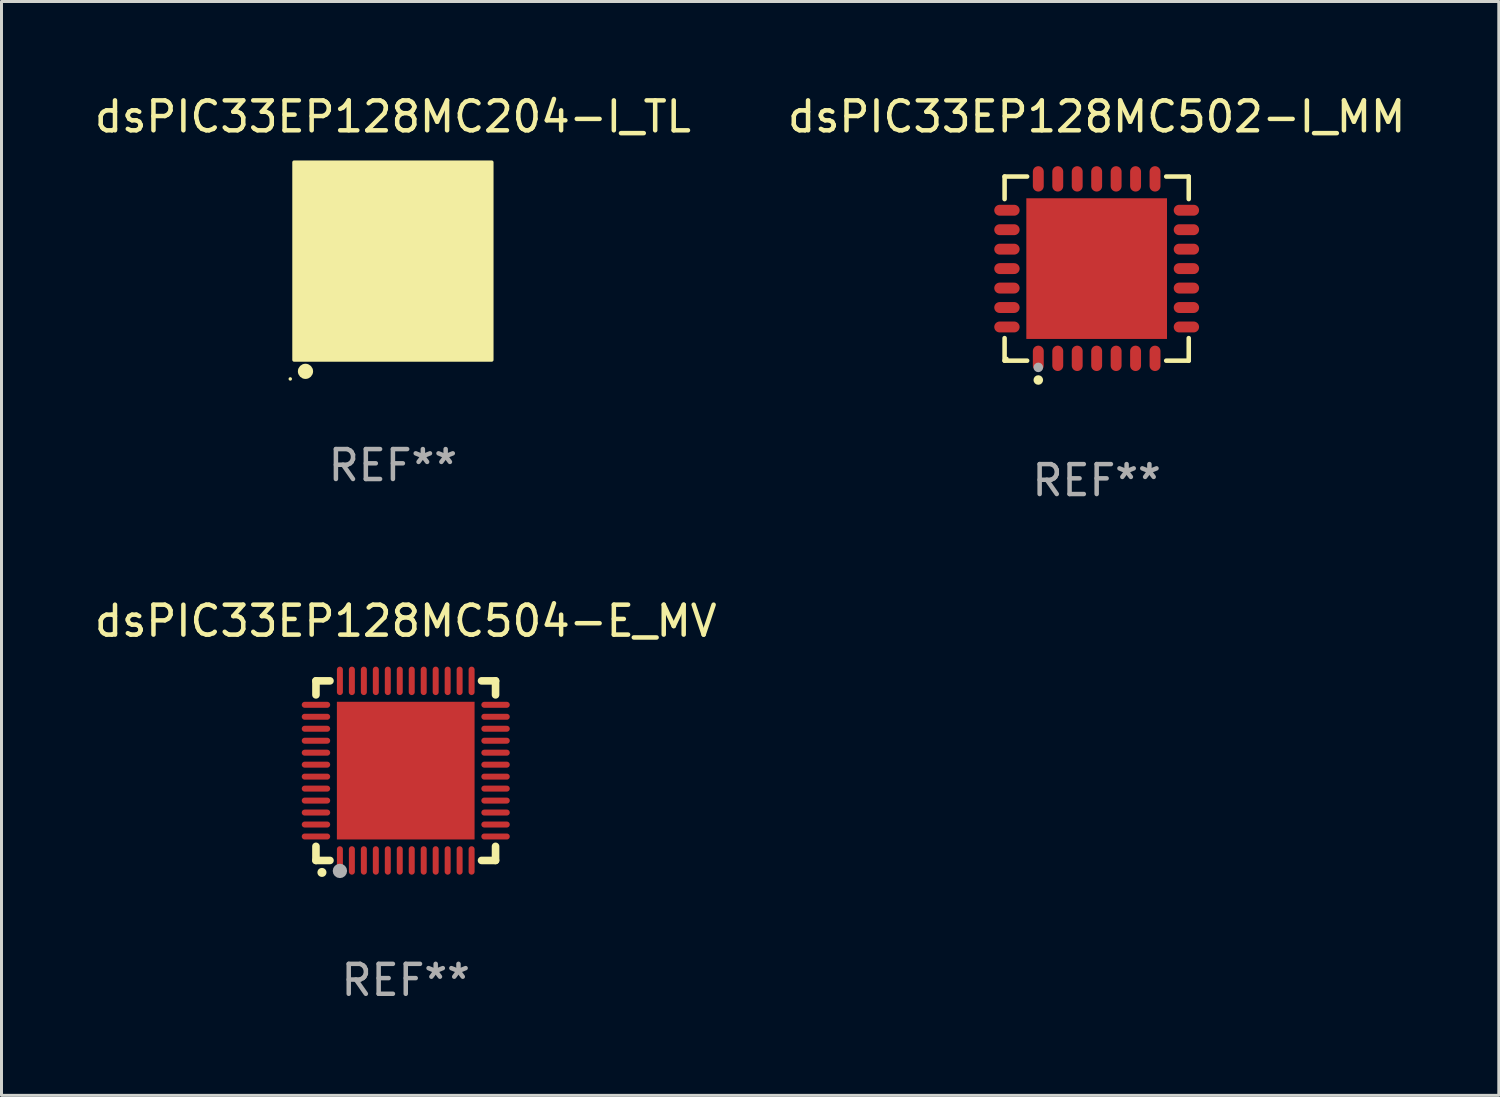
<source format=kicad_pcb>
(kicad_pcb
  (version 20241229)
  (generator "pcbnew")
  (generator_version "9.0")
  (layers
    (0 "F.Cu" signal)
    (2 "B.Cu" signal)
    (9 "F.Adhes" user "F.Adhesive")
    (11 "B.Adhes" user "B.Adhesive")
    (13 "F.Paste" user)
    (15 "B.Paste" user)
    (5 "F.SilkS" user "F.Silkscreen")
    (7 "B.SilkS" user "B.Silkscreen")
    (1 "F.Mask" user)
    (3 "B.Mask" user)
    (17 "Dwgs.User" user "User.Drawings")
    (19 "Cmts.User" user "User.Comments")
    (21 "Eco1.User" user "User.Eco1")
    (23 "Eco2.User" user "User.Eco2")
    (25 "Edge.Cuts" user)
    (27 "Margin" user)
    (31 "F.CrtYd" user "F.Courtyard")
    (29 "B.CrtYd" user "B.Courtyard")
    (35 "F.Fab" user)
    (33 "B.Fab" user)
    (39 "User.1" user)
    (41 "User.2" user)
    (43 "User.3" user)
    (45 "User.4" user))
  (footprint "dsPIC33EP128MC502-I_MM"
    (layer "F.Cu")
    (at 33.589 5.924)
    (property "Reference" "dsPIC33EP128MC502-I_MM" (at 0 -5.076 0) (layer "F.SilkS") (effects (font (size 1 1) (thickness 0.15))))
    (attr through_hole)
    (fp_line (start -3.076 -3.076) (end -2.323 -3.076) (stroke (width 0.152) (type solid)) (layer "F.SilkS"))
    (fp_line (start -3.076 -2.323) (end -3.076 -3.076) (stroke (width 0.152) (type solid)) (layer "F.SilkS"))
    (fp_line (start -3.076 2.323) (end -3.076 3.076) (stroke (width 0.152) (type solid)) (layer "F.SilkS"))
    (fp_line (start -3.076 3.076) (end -2.323 3.076) (stroke (width 0.152) (type solid)) (layer "F.SilkS"))
    (fp_line (start 3.076 -3.076) (end 2.323 -3.076) (stroke (width 0.152) (type solid)) (layer "F.SilkS"))
    (fp_line (start 3.076 -2.323) (end 3.076 -3.076) (stroke (width 0.152) (type solid)) (layer "F.SilkS"))
    (fp_line (start 3.076 2.323) (end 3.076 3.076) (stroke (width 0.152) (type solid)) (layer "F.SilkS"))
    (fp_line (start 3.076 3.076) (end 2.323 3.076) (stroke (width 0.152) (type solid)) (layer "F.SilkS"))
    (fp_circle (center -3 3) (end -2.97 3) (stroke (width 0.06) (type solid)) (fill no) (layer "F.SilkS"))
    (fp_circle (center -1.95 3.722) (end -1.87 3.722) (stroke (width 0.16) (type solid)) (fill no) (layer "F.SilkS"))
    (fp_circle (center -1.95 3.3) (end -1.87 3.3) (stroke (width 0.16) (type solid)) (fill no) (layer "F.Fab"))
    (fp_text user "REF**" (at 0 7.076 0) (layer "F.Fab") (effects (font (size 1 1) (thickness 0.15))))
    (pad "1" smd oval (at -1.95 2.998) (size 0.364 0.847) (layers "F.Cu" "F.Mask" "F.Paste"))
    (pad "2" smd oval (at -1.3 2.998) (size 0.364 0.847) (layers "F.Cu" "F.Mask" "F.Paste"))
    (pad "3" smd oval (at -0.65 2.998) (size 0.364 0.847) (layers "F.Cu" "F.Mask" "F.Paste"))
    (pad "4" smd oval (at 0 2.998) (size 0.364 0.847) (layers "F.Cu" "F.Mask" "F.Paste"))
    (pad "5" smd oval (at 0.65 2.998) (size 0.364 0.847) (layers "F.Cu" "F.Mask" "F.Paste"))
    (pad "6" smd oval (at 1.3 2.998) (size 0.364 0.847) (layers "F.Cu" "F.Mask" "F.Paste"))
    (pad "7" smd oval (at 1.95 2.998) (size 0.364 0.847) (layers "F.Cu" "F.Mask" "F.Paste"))
    (pad "8" smd oval (at 2.998 1.95) (size 0.847 0.364) (layers "F.Cu" "F.Mask" "F.Paste"))
    (pad "9" smd oval (at 2.998 1.3) (size 0.847 0.364) (layers "F.Cu" "F.Mask" "F.Paste"))
    (pad "10" smd oval (at 2.998 0.65) (size 0.847 0.364) (layers "F.Cu" "F.Mask" "F.Paste"))
    (pad "11" smd oval (at 2.998 0) (size 0.847 0.364) (layers "F.Cu" "F.Mask" "F.Paste"))
    (pad "12" smd oval (at 2.998 -0.65) (size 0.847 0.364) (layers "F.Cu" "F.Mask" "F.Paste"))
    (pad "13" smd oval (at 2.998 -1.3) (size 0.847 0.364) (layers "F.Cu" "F.Mask" "F.Paste"))
    (pad "14" smd oval (at 2.998 -1.95) (size 0.847 0.364) (layers "F.Cu" "F.Mask" "F.Paste"))
    (pad "15" smd oval (at 1.95 -2.998) (size 0.364 0.847) (layers "F.Cu" "F.Mask" "F.Paste"))
    (pad "16" smd oval (at 1.3 -2.998) (size 0.364 0.847) (layers "F.Cu" "F.Mask" "F.Paste"))
    (pad "17" smd oval (at 0.65 -2.998) (size 0.364 0.847) (layers "F.Cu" "F.Mask" "F.Paste"))
    (pad "18" smd oval (at 0 -2.998) (size 0.364 0.847) (layers "F.Cu" "F.Mask" "F.Paste"))
    (pad "19" smd oval (at -0.65 -2.998) (size 0.364 0.847) (layers "F.Cu" "F.Mask" "F.Paste"))
    (pad "20" smd oval (at -1.3 -2.998) (size 0.364 0.847) (layers "F.Cu" "F.Mask" "F.Paste"))
    (pad "21" smd oval (at -1.95 -2.998) (size 0.364 0.847) (layers "F.Cu" "F.Mask" "F.Paste"))
    (pad "22" smd oval (at -2.998 -1.95) (size 0.847 0.364) (layers "F.Cu" "F.Mask" "F.Paste"))
    (pad "23" smd oval (at -2.998 -1.3) (size 0.847 0.364) (layers "F.Cu" "F.Mask" "F.Paste"))
    (pad "24" smd oval (at -2.998 -0.65) (size 0.847 0.364) (layers "F.Cu" "F.Mask" "F.Paste"))
    (pad "25" smd oval (at -2.998 0) (size 0.847 0.364) (layers "F.Cu" "F.Mask" "F.Paste"))
    (pad "26" smd oval (at -2.998 0.65) (size 0.847 0.364) (layers "F.Cu" "F.Mask" "F.Paste"))
    (pad "27" smd oval (at -2.998 1.3) (size 0.847 0.364) (layers "F.Cu" "F.Mask" "F.Paste"))
    (pad "28" smd oval (at -2.998 1.95) (size 0.847 0.364) (layers "F.Cu" "F.Mask" "F.Paste"))
    (pad "29" smd rect (at 0 0) (size 4.7 4.7) (layers "F.Cu" "F.Mask" "F.Paste")))
  (footprint "dsPIC33EP128MC504-E_MV"
    (layer "F.Cu")
    (at 10.506 22.697)
    (property "Reference" "dsPIC33EP128MC504-E_MV" (at 0 -5 0) (layer "F.SilkS") (effects (font (size 1 1) (thickness 0.15))))
    (attr through_hole)
    (fp_line (start -3 -3) (end -2.532 -3) (stroke (width 0.254) (type solid)) (layer "F.SilkS"))
    (fp_line (start -3 -2.532) (end -3 -3) (stroke (width 0.254) (type solid)) (layer "F.SilkS"))
    (fp_line (start -3 3) (end -3 2.529) (stroke (width 0.254) (type solid)) (layer "F.SilkS"))
    (fp_line (start -2.532 3) (end -3 3) (stroke (width 0.254) (type solid)) (layer "F.SilkS"))
    (fp_line (start 2.532 -3) (end 3 -3) (stroke (width 0.254) (type solid)) (layer "F.SilkS"))
    (fp_line (start 3 -3) (end 3 -2.532) (stroke (width 0.254) (type solid)) (layer "F.SilkS"))
    (fp_line (start 3 2.529) (end 3 3) (stroke (width 0.254) (type solid)) (layer "F.SilkS"))
    (fp_line (start 3 3) (end 2.532 3) (stroke (width 0.254) (type solid)) (layer "F.SilkS"))
    (fp_arc (start -2.801295 3.400025) (mid -2.800025 3.40002) (end -2.798755 3.400025) (stroke (width 0.3) (type solid)) (layer "F.SilkS"))
    (fp_circle (center -3 3) (end -2.97 3) (stroke (width 0.06) (type solid)) (fill no) (layer "F.SilkS"))
    (fp_circle (center -2.2 3.35) (end -2.08 3.35) (stroke (width 0.24) (type solid)) (fill no) (layer "F.Fab"))
    (fp_text user "REF**" (at 0 7 0) (layer "F.Fab") (effects (font (size 1 1) (thickness 0.15))))
    (pad "1" smd oval (at -2.2 3) (size 0.2 0.95) (layers "F.Cu" "F.Mask" "F.Paste"))
    (pad "2" smd oval (at -1.8 3) (size 0.2 0.95) (layers "F.Cu" "F.Mask" "F.Paste"))
    (pad "3" smd oval (at -1.4 3) (size 0.2 0.95) (layers "F.Cu" "F.Mask" "F.Paste"))
    (pad "4" smd oval (at -1 3) (size 0.2 0.95) (layers "F.Cu" "F.Mask" "F.Paste"))
    (pad "5" smd oval (at -0.6 3) (size 0.2 0.95) (layers "F.Cu" "F.Mask" "F.Paste"))
    (pad "6" smd oval (at -0.2 3) (size 0.2 0.95) (layers "F.Cu" "F.Mask" "F.Paste"))
    (pad "7" smd oval (at 0.2 3) (size 0.2 0.95) (layers "F.Cu" "F.Mask" "F.Paste"))
    (pad "8" smd oval (at 0.6 3) (size 0.2 0.95) (layers "F.Cu" "F.Mask" "F.Paste"))
    (pad "9" smd oval (at 1 3) (size 0.2 0.95) (layers "F.Cu" "F.Mask" "F.Paste"))
    (pad "10" smd oval (at 1.4 3) (size 0.2 0.95) (layers "F.Cu" "F.Mask" "F.Paste"))
    (pad "11" smd oval (at 1.8 3) (size 0.2 0.95) (layers "F.Cu" "F.Mask" "F.Paste"))
    (pad "12" smd oval (at 2.2 3) (size 0.2 0.95) (layers "F.Cu" "F.Mask" "F.Paste"))
    (pad "13" smd oval (at 3 2.2 90) (size 0.2 0.95) (layers "F.Cu" "F.Mask" "F.Paste"))
    (pad "14" smd oval (at 3 1.8 90) (size 0.2 0.95) (layers "F.Cu" "F.Mask" "F.Paste"))
    (pad "15" smd oval (at 3 1.4 90) (size 0.2 0.95) (layers "F.Cu" "F.Mask" "F.Paste"))
    (pad "16" smd oval (at 3 1 90) (size 0.2 0.95) (layers "F.Cu" "F.Mask" "F.Paste"))
    (pad "17" smd oval (at 3 0.6 90) (size 0.2 0.95) (layers "F.Cu" "F.Mask" "F.Paste"))
    (pad "18" smd oval (at 3 0.2 90) (size 0.2 0.95) (layers "F.Cu" "F.Mask" "F.Paste"))
    (pad "19" smd oval (at 3 -0.2 90) (size 0.2 0.95) (layers "F.Cu" "F.Mask" "F.Paste"))
    (pad "20" smd oval (at 3 -0.6 90) (size 0.2 0.95) (layers "F.Cu" "F.Mask" "F.Paste"))
    (pad "21" smd oval (at 3 -1 90) (size 0.2 0.95) (layers "F.Cu" "F.Mask" "F.Paste"))
    (pad "22" smd oval (at 3 -1.4 90) (size 0.2 0.95) (layers "F.Cu" "F.Mask" "F.Paste"))
    (pad "23" smd oval (at 3 -1.8 90) (size 0.2 0.95) (layers "F.Cu" "F.Mask" "F.Paste"))
    (pad "24" smd oval (at 3 -2.2 90) (size 0.2 0.95) (layers "F.Cu" "F.Mask" "F.Paste"))
    (pad "25" smd oval (at 2.2 -3 180) (size 0.2 0.95) (layers "F.Cu" "F.Mask" "F.Paste"))
    (pad "26" smd oval (at 1.8 -3 180) (size 0.2 0.95) (layers "F.Cu" "F.Mask" "F.Paste"))
    (pad "27" smd oval (at 1.4 -3 180) (size 0.2 0.95) (layers "F.Cu" "F.Mask" "F.Paste"))
    (pad "28" smd oval (at 1 -3 180) (size 0.2 0.95) (layers "F.Cu" "F.Mask" "F.Paste"))
    (pad "29" smd oval (at 0.6 -3 180) (size 0.2 0.95) (layers "F.Cu" "F.Mask" "F.Paste"))
    (pad "30" smd oval (at 0.2 -3 180) (size 0.2 0.95) (layers "F.Cu" "F.Mask" "F.Paste"))
    (pad "31" smd oval (at -0.2 -3 180) (size 0.2 0.95) (layers "F.Cu" "F.Mask" "F.Paste"))
    (pad "32" smd oval (at -0.6 -3 180) (size 0.2 0.95) (layers "F.Cu" "F.Mask" "F.Paste"))
    (pad "33" smd oval (at -1 -3 180) (size 0.2 0.95) (layers "F.Cu" "F.Mask" "F.Paste"))
    (pad "34" smd oval (at -1.4 -3 180) (size 0.2 0.95) (layers "F.Cu" "F.Mask" "F.Paste"))
    (pad "35" smd oval (at -1.8 -3 180) (size 0.2 0.95) (layers "F.Cu" "F.Mask" "F.Paste"))
    (pad "36" smd oval (at -2.2 -3 180) (size 0.2 0.95) (layers "F.Cu" "F.Mask" "F.Paste"))
    (pad "37" smd oval (at -3 -2.2 270) (size 0.2 0.95) (layers "F.Cu" "F.Mask" "F.Paste"))
    (pad "38" smd oval (at -3 -1.8 270) (size 0.2 0.95) (layers "F.Cu" "F.Mask" "F.Paste"))
    (pad "39" smd oval (at -3 -1.4 270) (size 0.2 0.95) (layers "F.Cu" "F.Mask" "F.Paste"))
    (pad "40" smd oval (at -3 -1 270) (size 0.2 0.95) (layers "F.Cu" "F.Mask" "F.Paste"))
    (pad "41" smd oval (at -3 -0.6 270) (size 0.2 0.95) (layers "F.Cu" "F.Mask" "F.Paste"))
    (pad "42" smd oval (at -3 -0.2 270) (size 0.2 0.95) (layers "F.Cu" "F.Mask" "F.Paste"))
    (pad "43" smd oval (at -3 0.2 270) (size 0.2 0.95) (layers "F.Cu" "F.Mask" "F.Paste"))
    (pad "44" smd oval (at -3 0.6 270) (size 0.2 0.95) (layers "F.Cu" "F.Mask" "F.Paste"))
    (pad "45" smd oval (at -3 1 270) (size 0.2 0.95) (layers "F.Cu" "F.Mask" "F.Paste"))
    (pad "46" smd oval (at -3 1.4 270) (size 0.2 0.95) (layers "F.Cu" "F.Mask" "F.Paste"))
    (pad "47" smd oval (at -3 1.8 270) (size 0.2 0.95) (layers "F.Cu" "F.Mask" "F.Paste"))
    (pad "48" smd oval (at -3 2.2 270) (size 0.2 0.95) (layers "F.Cu" "F.Mask" "F.Paste"))
    (pad "49" smd rect (at -0.001 -0.001 180) (size 4.6 4.6) (layers "F.Cu" "F.Mask" "F.Paste")))
  (footprint "dsPIC33EP128MC204-I_TL"
    (layer "F.Cu")
    (at 10.077 5.673)
    (property "Reference" "dsPIC33EP128MC204-I_TL" (at 0 -4.825 0) (layer "F.SilkS") (effects (font (size 1 1) (thickness 0.15))))
    (attr through_hole)
    (fp_circle (center -3.429 3.937) (end -3.399 3.937) (stroke (width 0.06) (type solid)) (fill no) (layer "F.SilkS"))
    (fp_circle (center -2.921 3.683) (end -2.794 3.683) (stroke (width 0.254) (type solid)) (fill no) (layer "F.SilkS"))
    (fp_poly (pts (xy -3.302 -3.302) (xy 3.302 -3.302) (xy 3.302 3.302) (xy -3.302 3.302)) (stroke (width 0.12) (type solid)) (fill yes) (layer "F.SilkS"))
    (fp_text user "REF**" (at 0 6.825 0) (layer "F.Fab") (effects (font (size 1 1) (thickness 0.15))))
    (pad "1" smd rect (at -2.25 2.825) (size 0.3 0.45) (layers "F.Cu" "F.Mask" "F.Paste"))
    (pad "2" smd rect (at -1.75 2.825) (size 0.3 0.45) (layers "F.Cu" "F.Mask" "F.Paste"))
    (pad "3" smd rect (at -1.25 2.825) (size 0.3 0.45) (layers "F.Cu" "F.Mask" "F.Paste"))
    (pad "4" smd rect (at -0.75 2.825) (size 0.3 0.45) (layers "F.Cu" "F.Mask" "F.Paste"))
    (pad "5" smd rect (at -0.25 2.825) (size 0.3 0.45) (layers "F.Cu" "F.Mask" "F.Paste"))
    (pad "6" smd rect (at 0.25 2.825) (size 0.3 0.45) (layers "F.Cu" "F.Mask" "F.Paste"))
    (pad "7" smd rect (at 0.75 2.825) (size 0.3 0.45) (layers "F.Cu" "F.Mask" "F.Paste"))
    (pad "8" smd rect (at 1.25 2.825) (size 0.3 0.45) (layers "F.Cu" "F.Mask" "F.Paste"))
    (pad "9" smd rect (at 1.75 2.825) (size 0.3 0.45) (layers "F.Cu" "F.Mask" "F.Paste"))
    (pad "10" smd rect (at 2.25 2.825) (size 0.3 0.45) (layers "F.Cu" "F.Mask" "F.Paste"))
    (pad "11" smd rect (at 2.825 2.825 90) (size 0.45 0.45) (layers "F.Cu" "F.Mask" "F.Paste"))
    (pad "12" smd rect (at 2.825 2.25 90) (size 0.3 0.45) (layers "F.Cu" "F.Mask" "F.Paste"))
    (pad "13" smd rect (at 2.825 1.75 90) (size 0.3 0.45) (layers "F.Cu" "F.Mask" "F.Paste"))
    (pad "14" smd rect (at 2.825 1.25 90) (size 0.3 0.45) (layers "F.Cu" "F.Mask" "F.Paste"))
    (pad "15" smd rect (at 2.825 0.75 90) (size 0.3 0.45) (layers "F.Cu" "F.Mask" "F.Paste"))
    (pad "16" smd rect (at 2.825 0.25 90) (size 0.3 0.45) (layers "F.Cu" "F.Mask" "F.Paste"))
    (pad "17" smd rect (at 2.825 -0.25 90) (size 0.3 0.45) (layers "F.Cu" "F.Mask" "F.Paste"))
    (pad "18" smd rect (at 2.825 -0.75 90) (size 0.3 0.45) (layers "F.Cu" "F.Mask" "F.Paste"))
    (pad "19" smd rect (at 2.825 -1.25 90) (size 0.3 0.45) (layers "F.Cu" "F.Mask" "F.Paste"))
    (pad "20" smd rect (at 2.825 -1.75 90) (size 0.3 0.45) (layers "F.Cu" "F.Mask" "F.Paste"))
    (pad "21" smd rect (at 2.825 -2.25 90) (size 0.3 0.45) (layers "F.Cu" "F.Mask" "F.Paste"))
    (pad "22" smd rect (at 2.825 -2.825 90) (size 0.45 0.45) (layers "F.Cu" "F.Mask" "F.Paste"))
    (pad "23" smd rect (at 2.25 -2.825) (size 0.3 0.45) (layers "F.Cu" "F.Mask" "F.Paste"))
    (pad "24" smd rect (at 1.75 -2.825) (size 0.3 0.45) (layers "F.Cu" "F.Mask" "F.Paste"))
    (pad "25" smd rect (at 1.25 -2.825) (size 0.3 0.45) (layers "F.Cu" "F.Mask" "F.Paste"))
    (pad "26" smd rect (at 0.75 -2.825) (size 0.3 0.45) (layers "F.Cu" "F.Mask" "F.Paste"))
    (pad "27" smd rect (at 0.25 -2.825) (size 0.3 0.45) (layers "F.Cu" "F.Mask" "F.Paste"))
    (pad "28" smd rect (at -0.25 -2.825) (size 0.3 0.45) (layers "F.Cu" "F.Mask" "F.Paste"))
    (pad "29" smd rect (at -0.75 -2.825) (size 0.3 0.45) (layers "F.Cu" "F.Mask" "F.Paste"))
    (pad "30" smd rect (at -1.25 -2.825) (size 0.3 0.45) (layers "F.Cu" "F.Mask" "F.Paste"))
    (pad "31" smd rect (at -1.75 -2.825) (size 0.3 0.45) (layers "F.Cu" "F.Mask" "F.Paste"))
    (pad "32" smd rect (at -2.25 -2.825) (size 0.3 0.45) (layers "F.Cu" "F.Mask" "F.Paste"))
    (pad "33" smd rect (at -2.825 -2.825 90) (size 0.45 0.45) (layers "F.Cu" "F.Mask" "F.Paste"))
    (pad "34" smd rect (at -2.825 -2.25 90) (size 0.3 0.45) (layers "F.Cu" "F.Mask" "F.Paste"))
    (pad "35" smd rect (at -2.825 -1.75 90) (size 0.3 0.45) (layers "F.Cu" "F.Mask" "F.Paste"))
    (pad "36" smd rect (at -2.825 -1.25 90) (size 0.3 0.45) (layers "F.Cu" "F.Mask" "F.Paste"))
    (pad "37" smd rect (at -2.825 -0.75 90) (size 0.3 0.45) (layers "F.Cu" "F.Mask" "F.Paste"))
    (pad "38" smd rect (at -2.825 -0.25 90) (size 0.3 0.45) (layers "F.Cu" "F.Mask" "F.Paste"))
    (pad "39" smd rect (at -2.825 0.25 90) (size 0.3 0.45) (layers "F.Cu" "F.Mask" "F.Paste"))
    (pad "40" smd rect (at -2.825 0.75 90) (size 0.3 0.45) (layers "F.Cu" "F.Mask" "F.Paste"))
    (pad "41" smd rect (at -2.825 1.25 90) (size 0.3 0.45) (layers "F.Cu" "F.Mask" "F.Paste"))
    (pad "42" smd rect (at -2.825 1.75 90) (size 0.3 0.45) (layers "F.Cu" "F.Mask" "F.Paste"))
    (pad "43" smd rect (at -2.825 2.25 90) (size 0.3 0.45) (layers "F.Cu" "F.Mask" "F.Paste"))
    (pad "44" smd rect (at -2.825 2.825 90) (size 0.45 0.45) (layers "F.Cu" "F.Mask" "F.Paste"))
    (pad "45" smd rect (at 0 0 90) (size 4.6 4.6) (layers "F.Cu" "F.Mask" "F.Paste")))
  (gr_rect
    (start -3 -3)
    (end 47.024 33.545)
    (stroke (width 0.1) (type default))
    (fill no)
    (layer "Edge.Cuts")))
</source>
